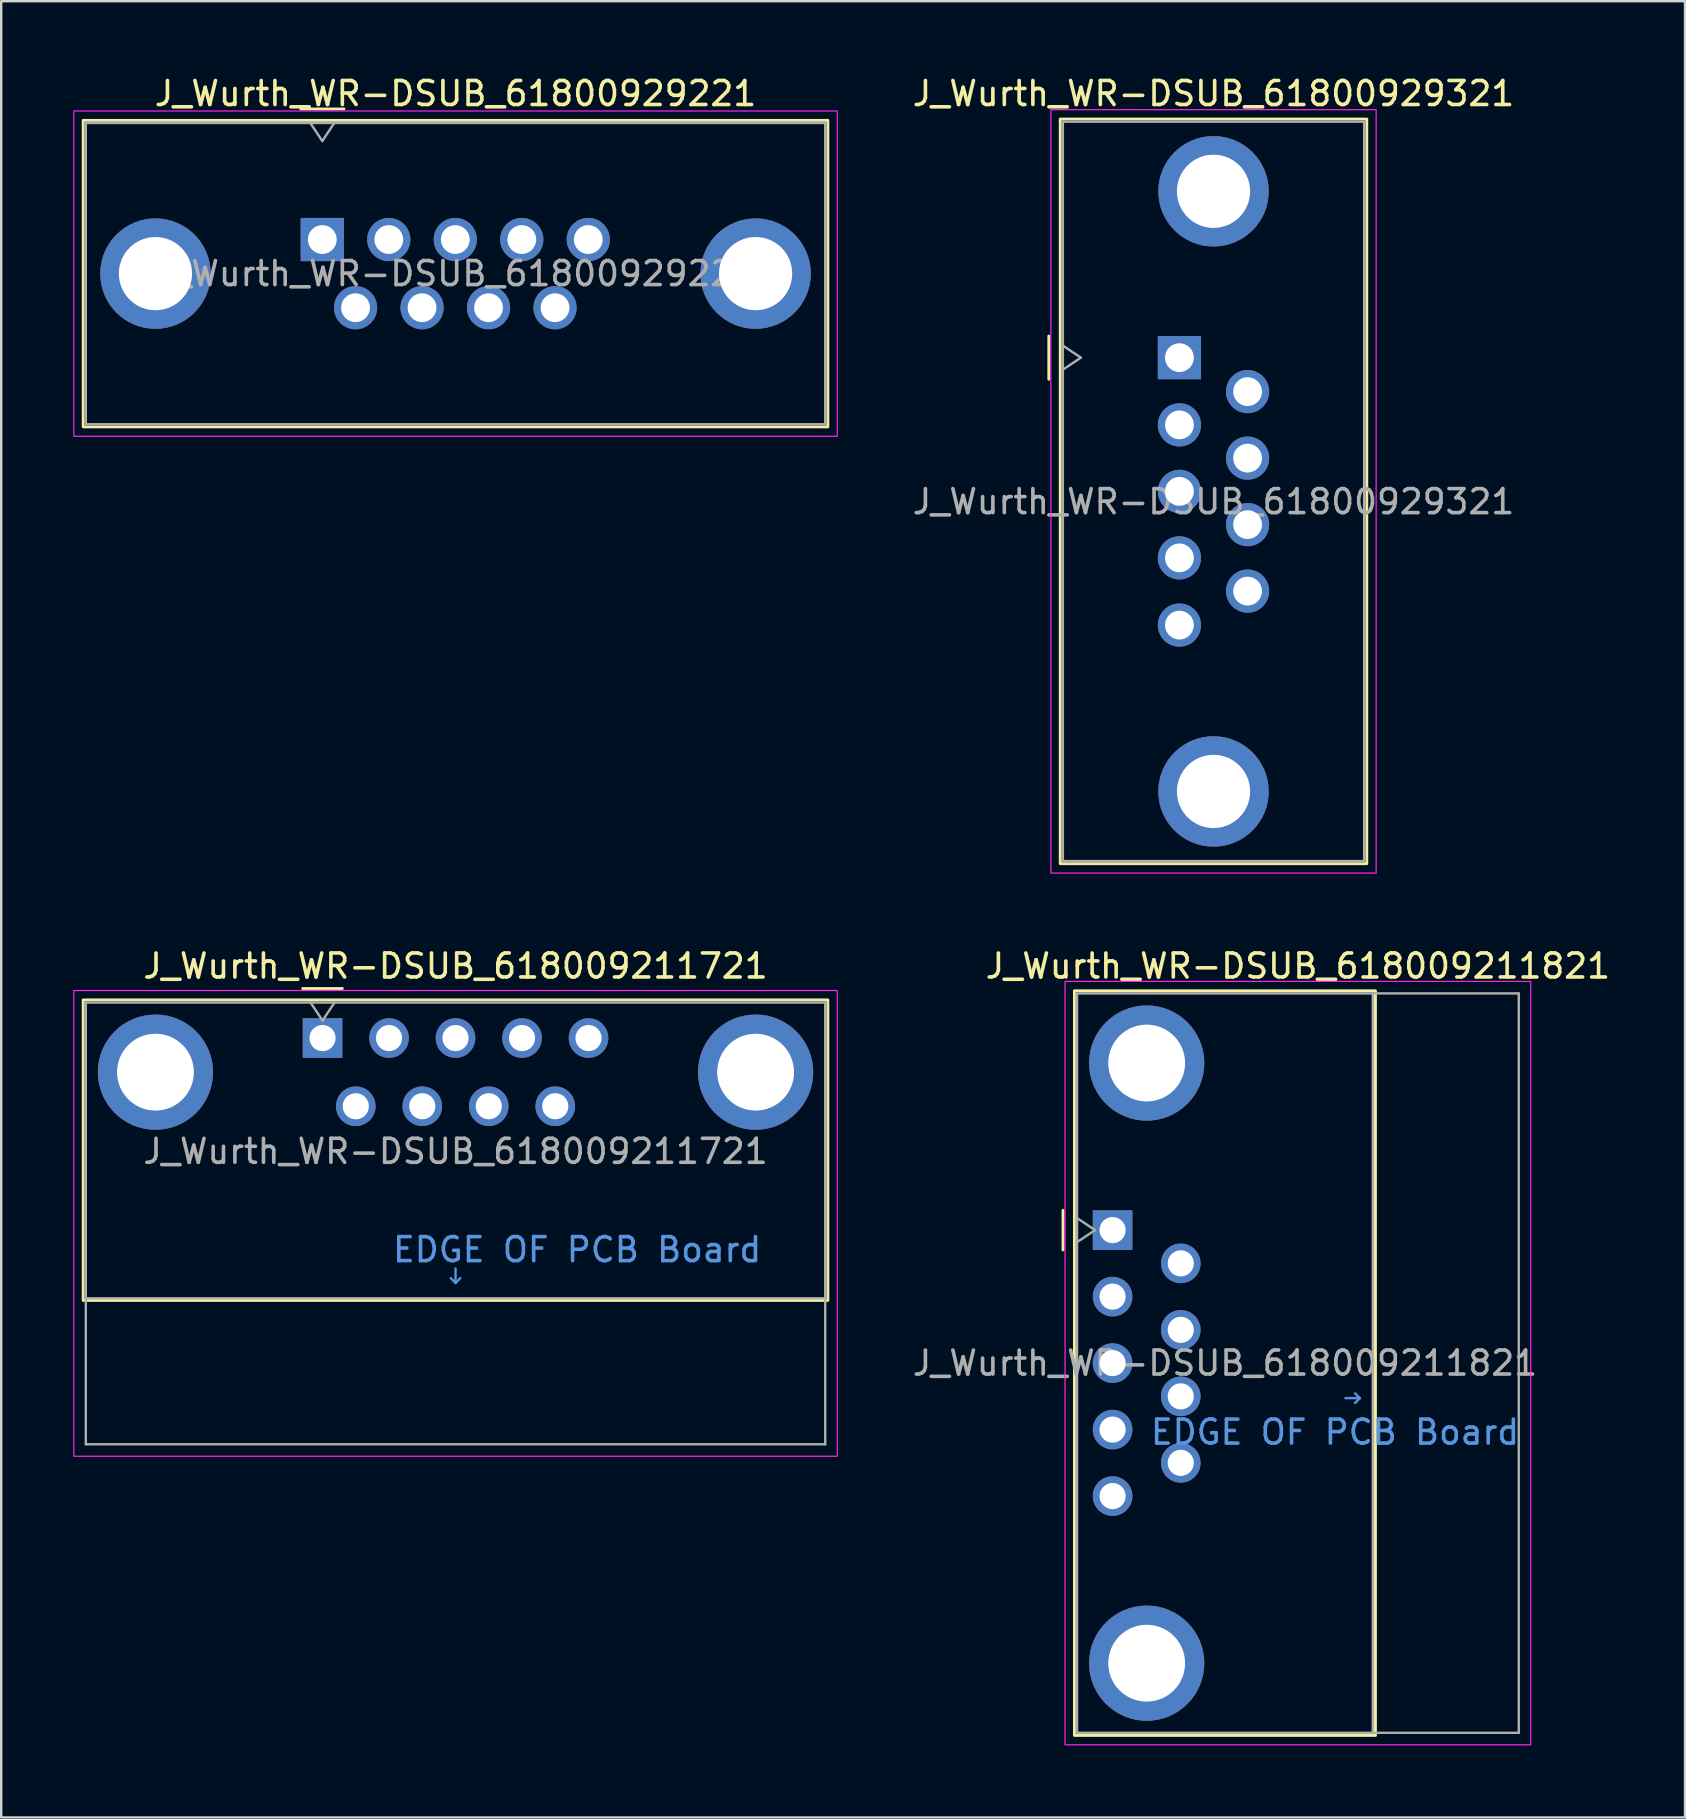
<source format=kicad_pcb>
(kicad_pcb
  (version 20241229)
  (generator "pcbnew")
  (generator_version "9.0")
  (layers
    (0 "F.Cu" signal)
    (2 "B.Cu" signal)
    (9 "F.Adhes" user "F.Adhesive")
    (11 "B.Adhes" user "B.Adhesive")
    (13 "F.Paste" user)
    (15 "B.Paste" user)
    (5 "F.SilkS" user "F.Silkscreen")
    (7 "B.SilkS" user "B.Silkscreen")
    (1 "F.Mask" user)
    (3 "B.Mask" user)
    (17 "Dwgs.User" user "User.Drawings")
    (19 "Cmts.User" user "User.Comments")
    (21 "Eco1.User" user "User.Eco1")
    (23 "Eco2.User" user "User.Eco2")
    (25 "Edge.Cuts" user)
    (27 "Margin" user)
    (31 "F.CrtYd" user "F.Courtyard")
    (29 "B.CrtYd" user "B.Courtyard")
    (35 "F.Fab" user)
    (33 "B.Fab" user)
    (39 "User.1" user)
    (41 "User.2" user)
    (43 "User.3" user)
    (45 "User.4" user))
  (footprint "J_Wurth_WR-DSUB_61800929221"
    (layer "F.Cu")
    (at 10.375 6.928)
    (property "Reference" "J_Wurth_WR-DSUB_61800929221" (at 5.55 -6.08 0) (unlocked yes) (layer "F.SilkS") (effects (font (size 1 1) (thickness 0.15))))
    (attr through_hole)
    (fp_line (start 0.9 -5.44) (end -0.9 -5.44) (stroke (width 0.12) (type solid)) (layer "F.SilkS"))
    (fp_rect (start -9.96 -4.965) (end 21.06 7.805) (stroke (width 0.12) (type solid)) (fill no) (layer "F.SilkS"))
    (fp_rect (start -10.35 -5.355) (end 21.45 8.195) (stroke (width 0.05) (type default)) (fill no) (layer "F.CrtYd"))
    (fp_line (start 0 -4.105) (end -0.5 -4.855) (stroke (width 0.1) (type solid)) (layer "F.Fab"))
    (fp_line (start 0 -4.105) (end 0.5 -4.855) (stroke (width 0.1) (type solid)) (layer "F.Fab"))
    (fp_rect (start -9.85 -4.855) (end 20.95 7.695) (stroke (width 0.1) (type solid)) (fill no) (layer "F.Fab"))
    (fp_text user "${REFERENCE}" (at 5.55 1.42 0) (unlocked yes) (layer "F.Fab") (effects (font (size 1 1) (thickness 0.15))))
    (pad "1" thru_hole rect (at 0 0) (size 1.8 1.8) (drill 1.2) (layers "*.Cu" "*.Mask"))
    (pad "2" thru_hole circle (at 2.77 0) (size 1.8 1.8) (drill 1.2) (layers "*.Cu" "*.Mask"))
    (pad "3" thru_hole circle (at 5.54 0) (size 1.8 1.8) (drill 1.2) (layers "*.Cu" "*.Mask"))
    (pad "4" thru_hole circle (at 8.31 0) (size 1.8 1.8) (drill 1.2) (layers "*.Cu" "*.Mask"))
    (pad "5" thru_hole circle (at 11.08 0) (size 1.8 1.8) (drill 1.2) (layers "*.Cu" "*.Mask"))
    (pad "6" thru_hole circle (at 1.385 2.84) (size 1.8 1.8) (drill 1.2) (layers "*.Cu" "*.Mask"))
    (pad "7" thru_hole circle (at 4.155 2.84) (size 1.8 1.8) (drill 1.2) (layers "*.Cu" "*.Mask"))
    (pad "8" thru_hole circle (at 6.925 2.84) (size 1.8 1.8) (drill 1.2) (layers "*.Cu" "*.Mask"))
    (pad "9" thru_hole circle (at 9.695 2.84) (size 1.8 1.8) (drill 1.2) (layers "*.Cu" "*.Mask"))
    (pad "S1" thru_hole circle (at -6.95 1.42) (size 4.6 4.6) (drill 3.05) (layers "*.Cu" "*.Mask"))
    (pad "S2" thru_hole circle (at 18.05 1.42) (size 4.6 4.6) (drill 3.05) (layers "*.Cu" "*.Mask")))
  (footprint "J_Wurth_WR-DSUB_61800929321"
    (layer "F.Cu")
    (at 46.079 11.848)
    (property "Reference" "J_Wurth_WR-DSUB_61800929321" (at 1.42 -11 0) (unlocked yes) (layer "F.SilkS") (effects (font (size 1 1) (thickness 0.15))))
    (attr through_hole)
    (fp_line (start -5.44 -0.9) (end -5.44 0.9) (stroke (width 0.12) (type solid)) (layer "F.SilkS"))
    (fp_rect (start -4.965 -9.94) (end 7.805 21.08) (stroke (width 0.12) (type solid)) (fill no) (layer "F.SilkS"))
    (fp_rect (start -5.355 -10.33) (end 8.195 21.47) (stroke (width 0.05) (type default)) (fill no) (layer "F.CrtYd"))
    (fp_line (start -4.105 0) (end -4.855 -0.5) (stroke (width 0.1) (type solid)) (layer "F.Fab"))
    (fp_line (start -4.105 0) (end -4.855 0.5) (stroke (width 0.1) (type solid)) (layer "F.Fab"))
    (fp_rect (start -4.855 -9.83) (end 7.695 20.97) (stroke (width 0.1) (type solid)) (fill no) (layer "F.Fab"))
    (fp_text user "${REFERENCE}" (at 1.42 6 0) (unlocked yes) (layer "F.Fab") (effects (font (size 1 1) (thickness 0.15))))
    (pad "1" thru_hole rect (at 0 0 90) (size 1.8 1.8) (drill 1.2) (layers "*.Cu" "*.Mask"))
    (pad "2" thru_hole circle (at 0 2.8 90) (size 1.8 1.8) (drill 1.2) (layers "*.Cu" "*.Mask"))
    (pad "3" thru_hole circle (at 0 5.57 90) (size 1.8 1.8) (drill 1.2) (layers "*.Cu" "*.Mask"))
    (pad "4" thru_hole circle (at 0 8.34 90) (size 1.8 1.8) (drill 1.2) (layers "*.Cu" "*.Mask"))
    (pad "5" thru_hole circle (at 0 11.14 90) (size 1.8 1.8) (drill 1.2) (layers "*.Cu" "*.Mask"))
    (pad "6" thru_hole circle (at 2.84 1.415 90) (size 1.8 1.8) (drill 1.2) (layers "*.Cu" "*.Mask"))
    (pad "7" thru_hole circle (at 2.84 4.185 90) (size 1.8 1.8) (drill 1.2) (layers "*.Cu" "*.Mask"))
    (pad "8" thru_hole circle (at 2.84 6.955 90) (size 1.8 1.8) (drill 1.2) (layers "*.Cu" "*.Mask"))
    (pad "9" thru_hole circle (at 2.84 9.725 90) (size 1.8 1.8) (drill 1.2) (layers "*.Cu" "*.Mask"))
    (pad "S1" thru_hole circle (at 1.42 18.07 90) (size 4.6 4.6) (drill 3.05) (layers "*.Cu" "*.Mask"))
    (pad "S2" thru_hole circle (at 1.42 -6.93 90) (size 4.6 4.6) (drill 3.05) (layers "*.Cu" "*.Mask")))
  (footprint "J_Wurth_WR-DSUB_618009211721"
    (layer "F.Cu")
    (at 10.385 40.191)
    (property "Reference" "J_Wurth_WR-DSUB_618009211721" (at 5.54 -3 0) (unlocked yes) (layer "F.SilkS") (effects (font (size 1 1) (thickness 0.15))))
    (attr through_hole)
    (fp_line (start 0.825 -2.065) (end -0.825 -2.065) (stroke (width 0.12) (type solid)) (layer "F.SilkS"))
    (fp_rect (start -9.97 -1.59) (end 21.05 10.93) (stroke (width 0.12) (type solid)) (fill no) (layer "F.SilkS"))
    (fp_line (start 5.54 9.6) (end 5.54 10.2) (stroke (width 0.1) (type solid)) (layer "Cmts.User"))
    (fp_line (start 5.54 10.2) (end 5.34 10) (stroke (width 0.1) (type solid)) (layer "Cmts.User"))
    (fp_line (start 5.54 10.2) (end 5.74 10) (stroke (width 0.1) (type solid)) (layer "Cmts.User"))
    (fp_rect (start -10.36 -1.98) (end 21.44 17.42) (stroke (width 0.05) (type solid)) (fill no) (layer "F.CrtYd"))
    (fp_line (start -9.86 16.92) (end -9.86 10.84) (stroke (width 0.1) (type solid)) (layer "F.Fab"))
    (fp_line (start 0 -0.73) (end -0.5 -1.48) (stroke (width 0.1) (type solid)) (layer "F.Fab"))
    (fp_line (start 0 -0.73) (end 0.5 -1.48) (stroke (width 0.1) (type solid)) (layer "F.Fab"))
    (fp_line (start 20.94 10.84) (end 20.94 16.92) (stroke (width 0.1) (type solid)) (layer "F.Fab"))
    (fp_line (start 20.94 16.92) (end -9.86 16.92) (stroke (width 0.1) (type solid)) (layer "F.Fab"))
    (fp_rect (start -9.86 -1.48) (end 20.94 10.84) (stroke (width 0.1) (type solid)) (fill no) (layer "F.Fab"))
    (fp_text user "EDGE OF PCB Board" (at 2.84 9.4 0) (unlocked yes) (layer "Cmts.User") (effects (font (size 1 1) (thickness 0.15)) (justify left bottom)))
    (fp_text user "${REFERENCE}" (at 5.54 4.72 0) (unlocked yes) (layer "F.Fab") (effects (font (size 1 1) (thickness 0.15))))
    (pad "1" thru_hole rect (at 0 0) (size 1.65 1.65) (drill 1.09) (layers "*.Cu" "*.Mask"))
    (pad "2" thru_hole circle (at 2.77 0) (size 1.65 1.65) (drill 1.09) (layers "*.Cu" "*.Mask"))
    (pad "3" thru_hole circle (at 5.54 0) (size 1.65 1.65) (drill 1.09) (layers "*.Cu" "*.Mask"))
    (pad "4" thru_hole circle (at 8.31 0) (size 1.65 1.65) (drill 1.09) (layers "*.Cu" "*.Mask"))
    (pad "5" thru_hole circle (at 11.08 0) (size 1.65 1.65) (drill 1.09) (layers "*.Cu" "*.Mask"))
    (pad "6" thru_hole circle (at 1.385 2.84) (size 1.65 1.65) (drill 1.09) (layers "*.Cu" "*.Mask"))
    (pad "7" thru_hole circle (at 4.155 2.84) (size 1.65 1.65) (drill 1.09) (layers "*.Cu" "*.Mask"))
    (pad "8" thru_hole circle (at 6.925 2.84) (size 1.65 1.65) (drill 1.09) (layers "*.Cu" "*.Mask"))
    (pad "9" thru_hole circle (at 9.695 2.84) (size 1.65 1.65) (drill 1.09) (layers "*.Cu" "*.Mask"))
    (pad "S1" thru_hole circle (at -6.96 1.42) (size 4.8 4.8) (drill 3.2) (layers "*.Cu" "*.Mask"))
    (pad "S2" thru_hole circle (at 18.04 1.42) (size 4.8 4.8) (drill 3.2) (layers "*.Cu" "*.Mask")))
  (footprint "J_Wurth_WR-DSUB_618009211821"
    (layer "F.Cu")
    (at 43.295 48.191)
    (property "Reference" "J_Wurth_WR-DSUB_618009211821" (at 7.72 -11 0) (unlocked yes) (layer "F.SilkS") (effects (font (size 1 1) (thickness 0.15))))
    (attr through_hole)
    (fp_line (start -2.065 -0.825) (end -2.065 0.825) (stroke (width 0.12) (type solid)) (layer "F.SilkS"))
    (fp_rect (start -1.59 -9.97) (end 10.95 21.05) (stroke (width 0.12) (type solid)) (fill no) (layer "F.SilkS"))
    (fp_line (start 9.7 7) (end 10.3 7) (stroke (width 0.1) (type solid)) (layer "Cmts.User"))
    (fp_line (start 10.3 7) (end 10.1 6.8) (stroke (width 0.1) (type solid)) (layer "Cmts.User"))
    (fp_line (start 10.3 7) (end 10.1 7.2) (stroke (width 0.1) (type solid)) (layer "Cmts.User"))
    (fp_rect (start -1.98 -10.36) (end 17.42 21.44) (stroke (width 0.05) (type solid)) (fill no) (layer "F.CrtYd"))
    (fp_line (start -0.73 0) (end -1.48 -0.5) (stroke (width 0.1) (type solid)) (layer "F.Fab"))
    (fp_line (start -0.73 0) (end -1.48 0.5) (stroke (width 0.1) (type solid)) (layer "F.Fab"))
    (fp_line (start 10.84 -9.86) (end 16.92 -9.86) (stroke (width 0.1) (type solid)) (layer "F.Fab"))
    (fp_line (start 16.92 -9.86) (end 16.92 20.94) (stroke (width 0.1) (type solid)) (layer "F.Fab"))
    (fp_line (start 16.92 20.94) (end 10.84 20.94) (stroke (width 0.1) (type solid)) (layer "F.Fab"))
    (fp_rect (start -1.48 -9.86) (end 10.84 20.94) (stroke (width 0.1) (type solid)) (fill no) (layer "F.Fab"))
    (fp_text user "EDGE OF PCB Board" (at 1.5 9 0) (unlocked yes) (layer "Cmts.User") (effects (font (size 1 1) (thickness 0.15)) (justify left bottom)))
    (fp_text user "${REFERENCE}" (at 4.68 5.54 0) (unlocked yes) (layer "F.Fab") (effects (font (size 1 1) (thickness 0.15))))
    (pad "1" thru_hole rect (at 0 0 90) (size 1.65 1.65) (drill 1.09) (layers "*.Cu" "*.Mask"))
    (pad "2" thru_hole circle (at 0 2.77 90) (size 1.65 1.65) (drill 1.09) (layers "*.Cu" "*.Mask"))
    (pad "3" thru_hole circle (at 0 5.54 90) (size 1.65 1.65) (drill 1.09) (layers "*.Cu" "*.Mask"))
    (pad "4" thru_hole circle (at 0 8.31 90) (size 1.65 1.65) (drill 1.09) (layers "*.Cu" "*.Mask"))
    (pad "5" thru_hole circle (at 0 11.08 90) (size 1.65 1.65) (drill 1.09) (layers "*.Cu" "*.Mask"))
    (pad "6" thru_hole circle (at 2.84 1.385 90) (size 1.65 1.65) (drill 1.09) (layers "*.Cu" "*.Mask"))
    (pad "7" thru_hole circle (at 2.84 4.155 90) (size 1.65 1.65) (drill 1.09) (layers "*.Cu" "*.Mask"))
    (pad "8" thru_hole circle (at 2.84 6.925 90) (size 1.65 1.65) (drill 1.09) (layers "*.Cu" "*.Mask"))
    (pad "9" thru_hole circle (at 2.84 9.695 90) (size 1.65 1.65) (drill 1.09) (layers "*.Cu" "*.Mask"))
    (pad "S1" thru_hole circle (at 1.42 18.04 90) (size 4.8 4.8) (drill 3.2) (layers "*.Cu" "*.Mask"))
    (pad "S2" thru_hole circle (at 1.42 -6.96 90) (size 4.8 4.8) (drill 3.2) (layers "*.Cu" "*.Mask")))
  (gr_rect
    (start -3 -3)
    (end 67.14 72.656)
    (stroke (width 0.1) (type default))
    (fill no)
    (layer "Edge.Cuts")))
</source>
